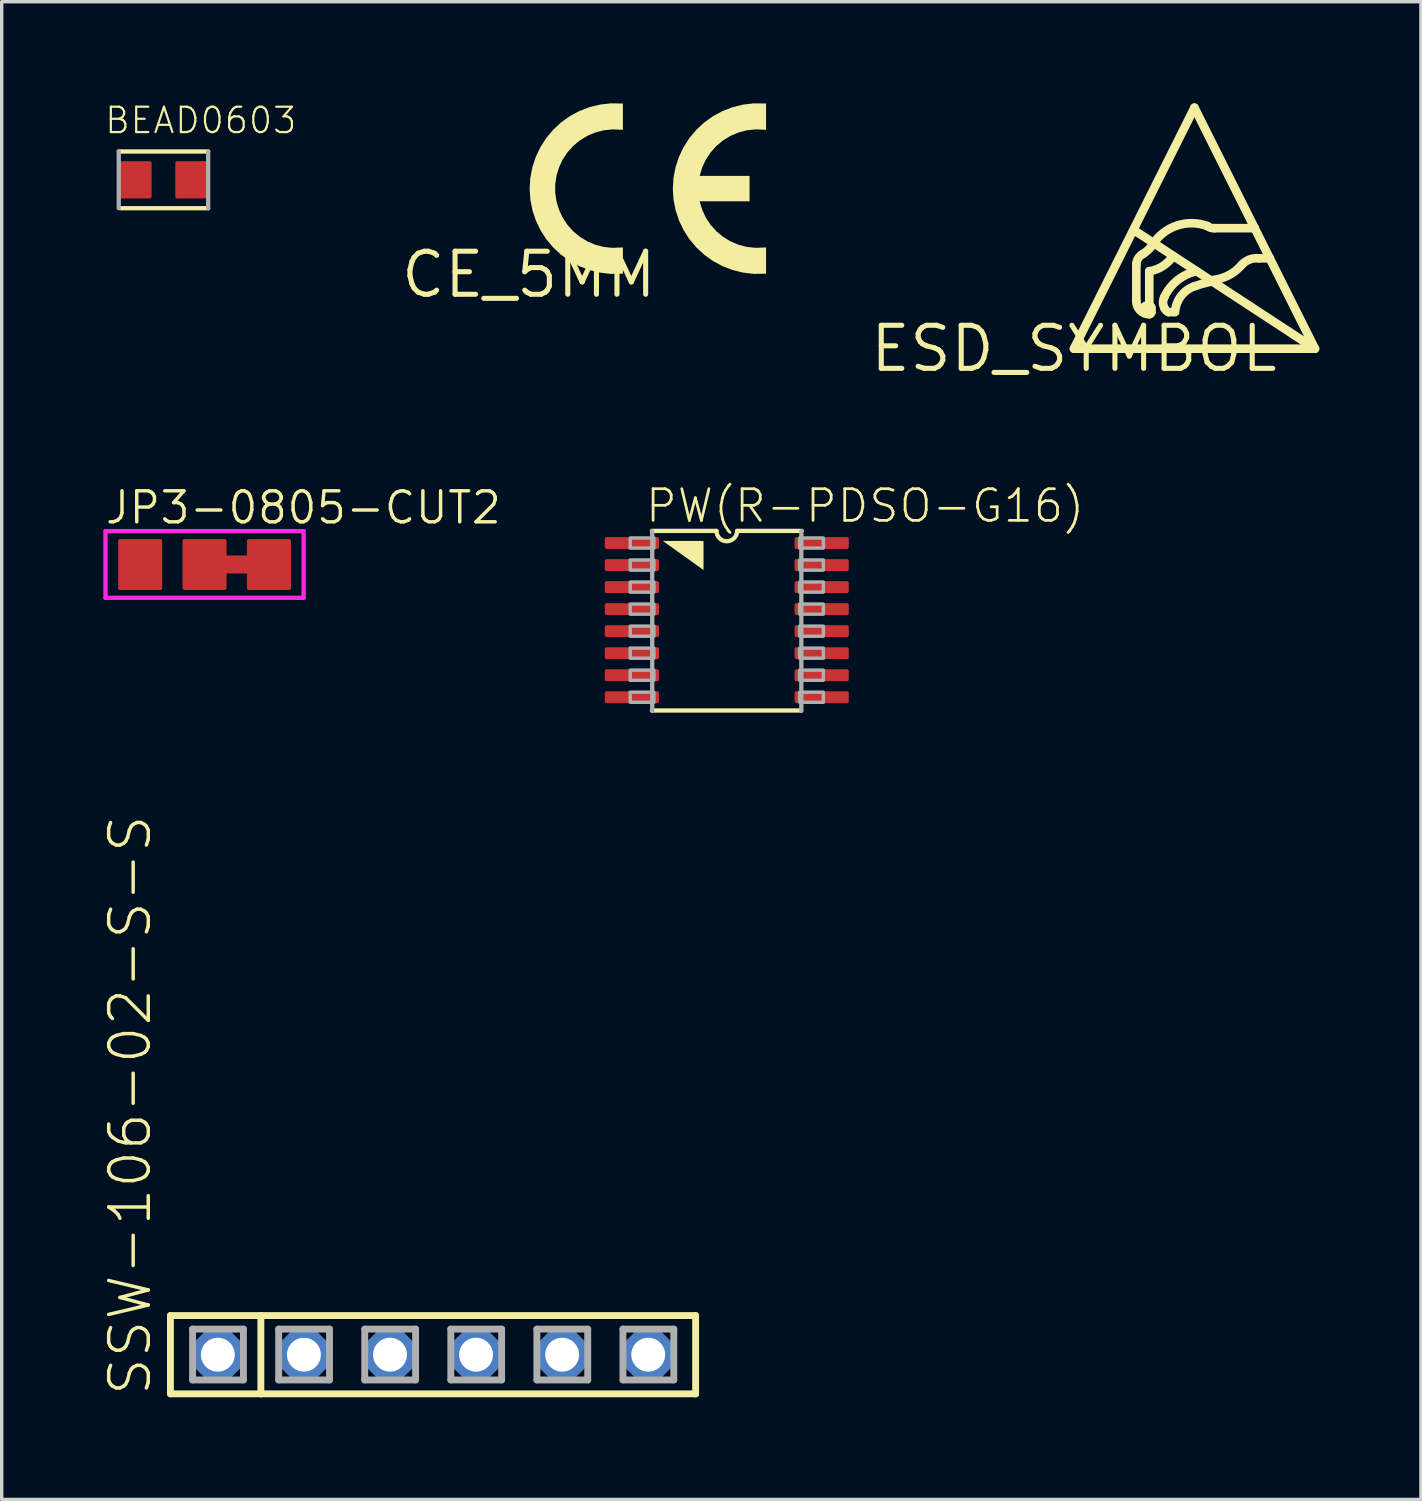
<source format=kicad_pcb>
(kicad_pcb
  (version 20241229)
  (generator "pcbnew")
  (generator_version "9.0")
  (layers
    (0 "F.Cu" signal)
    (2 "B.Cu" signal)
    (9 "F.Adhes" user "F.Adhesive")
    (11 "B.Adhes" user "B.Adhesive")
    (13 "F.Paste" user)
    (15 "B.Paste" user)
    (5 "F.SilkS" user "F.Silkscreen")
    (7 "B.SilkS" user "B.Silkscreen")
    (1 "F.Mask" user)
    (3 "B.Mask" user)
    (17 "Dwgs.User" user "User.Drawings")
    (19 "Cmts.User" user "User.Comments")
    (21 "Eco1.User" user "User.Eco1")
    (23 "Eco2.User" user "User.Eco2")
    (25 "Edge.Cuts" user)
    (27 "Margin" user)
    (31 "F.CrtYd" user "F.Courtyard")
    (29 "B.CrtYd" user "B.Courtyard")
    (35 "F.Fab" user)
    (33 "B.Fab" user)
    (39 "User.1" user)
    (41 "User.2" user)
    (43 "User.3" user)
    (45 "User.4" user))
  (footprint "CE_5MM"
    (layer "F.Cu")
    (at 12.555 5.053)
    (property "Reference" "CE_5MM" (at 0 0 0) (layer "F.SilkS") (effects (font (size 1.27 1.27) (thickness 0.15))))
    (fp_poly (pts (xy 4.95 -2.163) (xy 6.513 -2.163) (xy 6.513 -2.913) (xy 4.95 -2.913)) (stroke (width 0) (type solid)) (fill yes) (layer "F.SilkS"))
    (fp_poly (pts (xy 2.775 -5.049) (xy 2.775 -4.275) (xy 2.724 -4.275) (xy 2.464 -4.285) (xy 2.21 -4.258) (xy 1.962 -4.194) (xy 1.727 -4.094) (xy 1.508 -3.961) (xy 1.311 -3.798) (xy 1.14 -3.608) (xy 0.999 -3.395) (xy 0.891 -3.163) (xy 0.817 -2.918) (xy 0.779 -2.665) (xy 0.779 -2.41) (xy 0.817 -2.157) (xy 0.891 -1.912) (xy 0.999 -1.68) (xy 1.14 -1.467) (xy 1.311 -1.277) (xy 1.508 -1.114) (xy 1.727 -0.981) (xy 1.962 -0.881) (xy 2.21 -0.817) (xy 2.464 -0.79) (xy 2.775 -0.802) (xy 2.775 -0.026) (xy 2.41 -0.022) (xy 2.094 -0.059) (xy 1.785 -0.135) (xy 1.488 -0.25) (xy 1.208 -0.401) (xy 0.949 -0.587) (xy 0.716 -0.804) (xy 0.511 -1.048) (xy 0.34 -1.317) (xy 0.203 -1.604) (xy 0.104 -1.907) (xy 0.044 -2.22) (xy 0.024 -2.538) (xy 0.044 -2.855) (xy 0.104 -3.168) (xy 0.203 -3.471) (xy 0.34 -3.758) (xy 0.511 -4.027) (xy 0.716 -4.271) (xy 0.949 -4.488) (xy 1.208 -4.674) (xy 1.488 -4.825) (xy 1.785 -4.94) (xy 2.094 -5.016) (xy 2.41 -5.053)) (stroke (width 0) (type solid)) (fill yes) (layer "F.SilkS"))
    (fp_poly (pts (xy 7 -5.049) (xy 7 -4.275) (xy 6.949 -4.275) (xy 6.689 -4.285) (xy 6.435 -4.258) (xy 6.187 -4.194) (xy 5.952 -4.094) (xy 5.733 -3.961) (xy 5.536 -3.798) (xy 5.365 -3.608) (xy 5.224 -3.395) (xy 5.116 -3.163) (xy 5.042 -2.918) (xy 5.004 -2.665) (xy 5.004 -2.41) (xy 5.042 -2.157) (xy 5.116 -1.912) (xy 5.224 -1.68) (xy 5.365 -1.467) (xy 5.536 -1.277) (xy 5.733 -1.114) (xy 5.952 -0.981) (xy 6.187 -0.881) (xy 6.435 -0.817) (xy 6.689 -0.79) (xy 7 -0.802) (xy 7 -0.026) (xy 6.635 -0.022) (xy 6.319 -0.059) (xy 6.01 -0.135) (xy 5.713 -0.25) (xy 5.433 -0.401) (xy 5.174 -0.587) (xy 4.941 -0.804) (xy 4.736 -1.048) (xy 4.565 -1.317) (xy 4.428 -1.604) (xy 4.329 -1.907) (xy 4.269 -2.22) (xy 4.249 -2.538) (xy 4.269 -2.855) (xy 4.329 -3.168) (xy 4.428 -3.471) (xy 4.565 -3.758) (xy 4.736 -4.027) (xy 4.941 -4.271) (xy 5.174 -4.488) (xy 5.433 -4.674) (xy 5.713 -4.825) (xy 6.01 -4.94) (xy 6.319 -5.016) (xy 6.635 -5.053)) (stroke (width 0) (type solid)) (fill yes) (layer "F.SilkS")))
  (footprint "JP3-0805-CUT2"
    (layer "F.Cu")
    (at 2.986 13.607)
    (property "Reference" "JP3-0805-CUT2" (at -2.982 -1.143 0) (layer "F.SilkS") (effects (font (size 0.914 0.914) (thickness 0.102)) (justify left bottom)))
    (fp_poly (pts (xy 1.412 0.267) (xy 0.498 0.267) (xy 0.498 -0.267) (xy 1.412 -0.267)) (stroke (width 0) (type solid)) (fill yes) (layer "F.Cu"))
    (fp_line (start -2.923 -0.983) (end 2.923 -0.983) (stroke (width 0.127) (type solid)) (layer "F.CrtYd"))
    (fp_line (start -2.923 0.983) (end -2.923 -0.983) (stroke (width 0.127) (type solid)) (layer "F.CrtYd"))
    (fp_line (start 2.923 -0.983) (end 2.923 0.983) (stroke (width 0.127) (type solid)) (layer "F.CrtYd"))
    (fp_line (start 2.923 0.983) (end -2.923 0.983) (stroke (width 0.127) (type solid)) (layer "F.CrtYd"))
    (pad "COM" smd roundrect (at 0 0) (size 1.3 1.5) (layers "F.Cu" "F.Mask" "F.Paste") (roundrect_rratio 0.039))
    (pad "NC" smd roundrect (at 1.9 0) (size 1.3 1.5) (layers "F.Cu" "F.Mask" "F.Paste") (roundrect_rratio 0.039))
    (pad "NO" smd roundrect (at -1.9 0) (size 1.3 1.5) (layers "F.Cu" "F.Mask" "F.Paste") (roundrect_rratio 0.039)))
  (footprint "BEAD0603"
    (layer "F.Cu")
    (at 1.773 2.257)
    (property "Reference" "BEAD0603" (at -1.773 -1.315 0) (layer "F.SilkS") (effects (font (size 0.748 0.748) (thickness 0.065)) (justify left bottom)))
    (fp_line (start -1.256 0.837) (end 1.319 0.837) (stroke (width 0.127) (type solid)) (layer "F.SilkS"))
    (fp_line (start 1.319 -0.837) (end -1.319 -0.837) (stroke (width 0.127) (type solid)) (layer "F.SilkS"))
    (fp_line (start -1.319 -0.837) (end -1.319 0.837) (stroke (width 0.127) (type solid)) (layer "F.Fab"))
    (fp_line (start 1.319 0.837) (end 1.319 -0.837) (stroke (width 0.127) (type solid)) (layer "F.Fab"))
    (pad "P$1" smd roundrect (at -0.85 0) (size 1 1.1) (layers "F.Cu" "F.Mask" "F.Paste") (roundrect_rratio 0.051))
    (pad "P$2" smd roundrect (at 0.85 0) (size 1 1.1) (layers "F.Cu" "F.Mask" "F.Paste") (roundrect_rratio 0.051)))
  (footprint "SSW-106-02-S-S"
    (layer "F.Cu")
    (at 9.728 36.925)
    (property "Reference" "SSW-106-02-S-S" (at -8.255 1.27 90) (layer "F.SilkS") (effects (font (size 1.168 1.168) (thickness 0.102)) (justify left bottom)))
    (fp_line (start -7.749 -1.155) (end -5.08 -1.155) (stroke (width 0.203) (type solid)) (layer "F.SilkS"))
    (fp_line (start -7.749 1.155) (end -7.749 -1.155) (stroke (width 0.203) (type solid)) (layer "F.SilkS"))
    (fp_line (start -5.08 -1.155) (end 7.749 -1.155) (stroke (width 0.203) (type solid)) (layer "F.SilkS"))
    (fp_line (start -5.08 1.155) (end -7.749 1.155) (stroke (width 0.203) (type solid)) (layer "F.SilkS"))
    (fp_line (start -5.08 1.155) (end -5.08 -1.155) (stroke (width 0.203) (type solid)) (layer "F.SilkS"))
    (fp_line (start 7.749 -1.155) (end 7.749 1.155) (stroke (width 0.203) (type solid)) (layer "F.SilkS"))
    (fp_line (start 7.749 1.155) (end -5.08 1.155) (stroke (width 0.203) (type solid)) (layer "F.SilkS"))
    (fp_line (start -7.095 -0.755) (end -5.595 -0.755) (stroke (width 0.203) (type solid)) (layer "F.Fab"))
    (fp_line (start -7.095 0.745) (end -7.095 -0.755) (stroke (width 0.203) (type solid)) (layer "F.Fab"))
    (fp_line (start -5.595 -0.755) (end -5.595 0.745) (stroke (width 0.203) (type solid)) (layer "F.Fab"))
    (fp_line (start -5.595 0.745) (end -7.095 0.745) (stroke (width 0.203) (type solid)) (layer "F.Fab"))
    (fp_line (start -4.555 -0.755) (end -3.055 -0.755) (stroke (width 0.203) (type solid)) (layer "F.Fab"))
    (fp_line (start -4.555 0.745) (end -4.555 -0.755) (stroke (width 0.203) (type solid)) (layer "F.Fab"))
    (fp_line (start -3.055 -0.755) (end -3.055 0.745) (stroke (width 0.203) (type solid)) (layer "F.Fab"))
    (fp_line (start -3.055 0.745) (end -4.555 0.745) (stroke (width 0.203) (type solid)) (layer "F.Fab"))
    (fp_line (start -2.015 -0.755) (end -0.515 -0.755) (stroke (width 0.203) (type solid)) (layer "F.Fab"))
    (fp_line (start -2.015 0.745) (end -2.015 -0.755) (stroke (width 0.203) (type solid)) (layer "F.Fab"))
    (fp_line (start -0.515 -0.755) (end -0.515 0.745) (stroke (width 0.203) (type solid)) (layer "F.Fab"))
    (fp_line (start -0.515 0.745) (end -2.015 0.745) (stroke (width 0.203) (type solid)) (layer "F.Fab"))
    (fp_line (start 0.525 -0.755) (end 2.025 -0.755) (stroke (width 0.203) (type solid)) (layer "F.Fab"))
    (fp_line (start 0.525 0.745) (end 0.525 -0.755) (stroke (width 0.203) (type solid)) (layer "F.Fab"))
    (fp_line (start 2.025 -0.755) (end 2.025 0.745) (stroke (width 0.203) (type solid)) (layer "F.Fab"))
    (fp_line (start 2.025 0.745) (end 0.525 0.745) (stroke (width 0.203) (type solid)) (layer "F.Fab"))
    (fp_line (start 3.065 -0.755) (end 4.565 -0.755) (stroke (width 0.203) (type solid)) (layer "F.Fab"))
    (fp_line (start 3.065 0.745) (end 3.065 -0.755) (stroke (width 0.203) (type solid)) (layer "F.Fab"))
    (fp_line (start 4.565 -0.755) (end 4.565 0.745) (stroke (width 0.203) (type solid)) (layer "F.Fab"))
    (fp_line (start 4.565 0.745) (end 3.065 0.745) (stroke (width 0.203) (type solid)) (layer "F.Fab"))
    (fp_line (start 5.605 -0.755) (end 7.105 -0.755) (stroke (width 0.203) (type solid)) (layer "F.Fab"))
    (fp_line (start 5.605 0.745) (end 5.605 -0.755) (stroke (width 0.203) (type solid)) (layer "F.Fab"))
    (fp_line (start 7.105 -0.755) (end 7.105 0.745) (stroke (width 0.203) (type solid)) (layer "F.Fab"))
    (fp_line (start 7.105 0.745) (end 5.605 0.745) (stroke (width 0.203) (type solid)) (layer "F.Fab"))
    (pad "1" thru_hole roundrect (at -6.35 0) (size 1.5 1.5) (drill 1) (layers "*.Cu" "*.Mask") (roundrect_rratio 0.25) (chamfer_ratio 0.293) (chamfer top_left top_right bottom_left bottom_right))
    (pad "2" thru_hole roundrect (at -3.81 0) (size 1.5 1.5) (drill 1) (layers "*.Cu" "*.Mask") (roundrect_rratio 0.25) (chamfer_ratio 0.293) (chamfer top_left top_right bottom_left bottom_right))
    (pad "3" thru_hole roundrect (at -1.27 0) (size 1.5 1.5) (drill 1) (layers "*.Cu" "*.Mask") (roundrect_rratio 0.25) (chamfer_ratio 0.293) (chamfer top_left top_right bottom_left bottom_right))
    (pad "4" thru_hole roundrect (at 1.27 0) (size 1.5 1.5) (drill 1) (layers "*.Cu" "*.Mask") (roundrect_rratio 0.25) (chamfer_ratio 0.293) (chamfer top_left top_right bottom_left bottom_right))
    (pad "5" thru_hole roundrect (at 3.81 0) (size 1.5 1.5) (drill 1) (layers "*.Cu" "*.Mask") (roundrect_rratio 0.25) (chamfer_ratio 0.293) (chamfer top_left top_right bottom_left bottom_right))
    (pad "6" thru_hole roundrect (at 6.35 0) (size 1.5 1.5) (drill 1) (layers "*.Cu" "*.Mask") (roundrect_rratio 0.25) (chamfer_ratio 0.293) (chamfer top_left top_right bottom_left bottom_right)))
  (footprint "ESD_SYMBOL"
    (layer "F.Cu")
    (at 28.64 7.239)
    (property "Reference" "ESD_SYMBOL" (at 0 0 0) (layer "F.SilkS") (effects (font (size 1.27 1.27) (thickness 0.15))))
    (fp_line (start 0 0) (end 7.112 0) (stroke (width 0.254) (type solid)) (layer "F.SilkS"))
    (fp_line (start 1.778 -3.493) (end 7.112 0) (stroke (width 0.254) (type solid)) (layer "F.SilkS"))
    (fp_line (start 1.841 -2.477) (end 1.841 -1.397) (stroke (width 0.254) (type solid)) (layer "F.SilkS"))
    (fp_line (start 2.223 -1.27) (end 2.159 -1.27) (stroke (width 0.254) (type solid)) (layer "F.SilkS"))
    (fp_line (start 2.223 -1.27) (end 2.223 -2.286) (stroke (width 0.254) (type solid)) (layer "F.SilkS"))
    (fp_line (start 2.286 -1.079) (end 2.286 -1.206) (stroke (width 0.254) (type solid)) (layer "F.SilkS"))
    (fp_line (start 2.794 -1.079) (end 2.946 -1.079) (stroke (width 0.254) (type solid)) (layer "F.SilkS"))
    (fp_line (start 3.556 -7.112) (end 0 0) (stroke (width 0.254) (type solid)) (layer "F.SilkS"))
    (fp_line (start 4.154 -3.556) (end 5.334 -3.556) (stroke (width 0.254) (type solid)) (layer "F.SilkS"))
    (fp_line (start 5.334 -3.556) (end 3.556 -7.112) (stroke (width 0.254) (type solid)) (layer "F.SilkS"))
    (fp_line (start 5.779 -2.667) (end 5.334 -3.556) (stroke (width 0.254) (type solid)) (layer "F.SilkS"))
    (fp_line (start 5.779 -2.667) (end 5.461 -2.667) (stroke (width 0.254) (type solid)) (layer "F.SilkS"))
    (fp_line (start 7.112 0) (end 5.779 -2.667) (stroke (width 0.254) (type solid)) (layer "F.SilkS"))
    (fp_arc (start 1.841499 -2.476499) (mid 1.892745 -2.661652) (end 2.032 -2.794) (stroke (width 0.254) (type solid)) (layer "F.SilkS"))
    (fp_arc (start 2.032 -1.143) (mid 2.069197 -1.232803) (end 2.159 -1.27) (stroke (width 0.254) (type solid)) (layer "F.SilkS"))
    (fp_arc (start 2.2225 -1.27) (mid 2.267401 -1.251401) (end 2.286 -1.2065) (stroke (width 0.254) (type solid)) (layer "F.SilkS"))
    (fp_arc (start 2.2225 -1.016) (mid 1.953092 -1.127592) (end 1.8415 -1.397) (stroke (width 0.254) (type solid)) (layer "F.SilkS"))
    (fp_arc (start 2.285999 -1.079499) (mid 2.26743 -1.034569) (end 2.2225 -1.016) (stroke (width 0.254) (type solid)) (layer "F.SilkS"))
    (fp_arc (start 2.3495 -3.1115) (mid 2.210301 -2.933199) (end 2.032 -2.794) (stroke (width 0.254) (type solid)) (layer "F.SilkS"))
    (fp_arc (start 2.3495 -3.1115) (mid 3.056084 -3.637891) (end 3.936999 -3.619499) (stroke (width 0.254) (type solid)) (layer "F.SilkS"))
    (fp_arc (start 2.666999 -1.524) (mid 3.053291 -2.017449) (end 3.6195 -2.286) (stroke (width 0.254) (type solid)) (layer "F.SilkS"))
    (fp_arc (start 2.667 -1.2065) (mid 2.629535 -1.36525) (end 2.667 -1.524) (stroke (width 0.254) (type solid)) (layer "F.SilkS"))
    (fp_arc (start 2.794 -1.0795) (mid 2.71551 -1.12801) (end 2.667 -1.2065) (stroke (width 0.254) (type solid)) (layer "F.SilkS"))
    (fp_arc (start 2.921 -2.7305) (mid 2.61894 -2.434094) (end 2.2225 -2.285999) (stroke (width 0.254) (type solid)) (layer "F.SilkS"))
    (fp_arc (start 2.984499 -1.079501) (mid 3.15485 -1.54705) (end 3.556 -1.8415) (stroke (width 0.254) (type solid)) (layer "F.SilkS"))
    (fp_arc (start 3.556 -1.8415) (mid 3.776318 -1.911761) (end 4.0005 -1.9685) (stroke (width 0.254) (type solid)) (layer "F.SilkS"))
    (fp_arc (start 4.153799 -3.556) (mid 4.039085 -3.566192) (end 3.937 -3.6195) (stroke (width 0.254) (type solid)) (layer "F.SilkS"))
    (fp_arc (start 4.952999 -2.4765) (mid 5.184516 -2.631706) (end 5.461 -2.667) (stroke (width 0.254) (type solid)) (layer "F.SilkS"))
    (fp_arc (start 4.953 -2.4765) (mid 4.583049 -2.174767) (end 4.1275 -2.032) (stroke (width 0.254) (type solid)) (layer "F.SilkS")))
  (footprint "PW(R-PDSO-G16)"
    (layer "F.Cu")
    (at 18.396 15.274)
    (property "Reference" "PW(R-PDSO-G16)" (at -2.45 -2.85 0) (layer "F.SilkS") (effects (font (size 0.935 0.935) (thickness 0.081)) (justify left bottom)))
    (fp_line (start -0.305 -2.658) (end -2.21 -2.658) (stroke (width 0.127) (type solid)) (layer "F.SilkS"))
    (fp_line (start 2.195 2.642) (end -2.21 2.642) (stroke (width 0.127) (type solid)) (layer "F.SilkS"))
    (fp_line (start 2.21 -2.658) (end 0.305 -2.658) (stroke (width 0.127) (type solid)) (layer "F.SilkS"))
    (fp_arc (start 0.3048 -2.6578) (mid 0 -2.353) (end -0.3048 -2.6578) (stroke (width 0.127) (type solid)) (layer "F.SilkS"))
    (fp_poly (pts (xy -0.686 -1.503) (xy -1.889 -2.362) (xy -0.686 -2.362)) (stroke (width 0) (type solid)) (fill yes) (layer "F.SilkS"))
    (fp_line (start -2.2 2.65) (end -2.2 -2.65) (stroke (width 0.127) (type solid)) (layer "F.Fab"))
    (fp_line (start 2.2 2.65) (end 2.2 -2.65) (stroke (width 0.127) (type solid)) (layer "F.Fab"))
    (fp_poly (pts (xy -2.85 -2.15) (xy -2.15 -2.15) (xy -2.15 -2.45) (xy -2.85 -2.45)) (stroke (width 0.1) (type solid)) (fill no) (layer "F.Fab"))
    (fp_poly (pts (xy -2.85 -1.5) (xy -2.15 -1.5) (xy -2.15 -1.8) (xy -2.85 -1.8)) (stroke (width 0.1) (type solid)) (fill no) (layer "F.Fab"))
    (fp_poly (pts (xy -2.85 -0.85) (xy -2.15 -0.85) (xy -2.15 -1.15) (xy -2.85 -1.15)) (stroke (width 0.1) (type solid)) (fill no) (layer "F.Fab"))
    (fp_poly (pts (xy -2.85 -0.2) (xy -2.15 -0.2) (xy -2.15 -0.5) (xy -2.85 -0.5)) (stroke (width 0.1) (type solid)) (fill no) (layer "F.Fab"))
    (fp_poly (pts (xy -2.85 0.45) (xy -2.15 0.45) (xy -2.15 0.15) (xy -2.85 0.15)) (stroke (width 0.1) (type solid)) (fill no) (layer "F.Fab"))
    (fp_poly (pts (xy -2.85 1.1) (xy -2.15 1.1) (xy -2.15 0.8) (xy -2.85 0.8)) (stroke (width 0.1) (type solid)) (fill no) (layer "F.Fab"))
    (fp_poly (pts (xy -2.85 1.75) (xy -2.15 1.75) (xy -2.15 1.45) (xy -2.85 1.45)) (stroke (width 0.1) (type solid)) (fill no) (layer "F.Fab"))
    (fp_poly (pts (xy -2.85 2.4) (xy -2.15 2.4) (xy -2.15 2.1) (xy -2.85 2.1)) (stroke (width 0.1) (type solid)) (fill no) (layer "F.Fab"))
    (fp_poly (pts (xy 2.15 -2.15) (xy 2.85 -2.15) (xy 2.85 -2.45) (xy 2.15 -2.45)) (stroke (width 0.1) (type solid)) (fill no) (layer "F.Fab"))
    (fp_poly (pts (xy 2.15 -1.5) (xy 2.85 -1.5) (xy 2.85 -1.8) (xy 2.15 -1.8)) (stroke (width 0.1) (type solid)) (fill no) (layer "F.Fab"))
    (fp_poly (pts (xy 2.15 -0.85) (xy 2.85 -0.85) (xy 2.85 -1.15) (xy 2.15 -1.15)) (stroke (width 0.1) (type solid)) (fill no) (layer "F.Fab"))
    (fp_poly (pts (xy 2.15 -0.2) (xy 2.85 -0.2) (xy 2.85 -0.5) (xy 2.15 -0.5)) (stroke (width 0.1) (type solid)) (fill no) (layer "F.Fab"))
    (fp_poly (pts (xy 2.15 0.45) (xy 2.85 0.45) (xy 2.85 0.15) (xy 2.15 0.15)) (stroke (width 0.1) (type solid)) (fill no) (layer "F.Fab"))
    (fp_poly (pts (xy 2.15 1.1) (xy 2.85 1.1) (xy 2.85 0.8) (xy 2.15 0.8)) (stroke (width 0.1) (type solid)) (fill no) (layer "F.Fab"))
    (fp_poly (pts (xy 2.15 1.75) (xy 2.85 1.75) (xy 2.85 1.45) (xy 2.15 1.45)) (stroke (width 0.1) (type solid)) (fill no) (layer "F.Fab"))
    (fp_poly (pts (xy 2.15 2.4) (xy 2.85 2.4) (xy 2.85 2.1) (xy 2.15 2.1)) (stroke (width 0.1) (type solid)) (fill no) (layer "F.Fab"))
    (pad "1" smd roundrect (at -2.8 -2.3) (size 1.6 0.35) (layers "F.Cu" "F.Mask" "F.Paste") (roundrect_rratio 0.145))
    (pad "2" smd roundrect (at -2.8 -1.65) (size 1.6 0.35) (layers "F.Cu" "F.Mask" "F.Paste") (roundrect_rratio 0.145))
    (pad "3" smd roundrect (at -2.8 -1) (size 1.6 0.35) (layers "F.Cu" "F.Mask" "F.Paste") (roundrect_rratio 0.145))
    (pad "4" smd roundrect (at -2.8 -0.35) (size 1.6 0.35) (layers "F.Cu" "F.Mask" "F.Paste") (roundrect_rratio 0.145))
    (pad "5" smd roundrect (at -2.8 0.3) (size 1.6 0.35) (layers "F.Cu" "F.Mask" "F.Paste") (roundrect_rratio 0.145))
    (pad "6" smd roundrect (at -2.8 0.95) (size 1.6 0.35) (layers "F.Cu" "F.Mask" "F.Paste") (roundrect_rratio 0.145))
    (pad "7" smd roundrect (at -2.8 1.6) (size 1.6 0.35) (layers "F.Cu" "F.Mask" "F.Paste") (roundrect_rratio 0.145))
    (pad "8" smd roundrect (at -2.8 2.25) (size 1.6 0.35) (layers "F.Cu" "F.Mask" "F.Paste") (roundrect_rratio 0.145))
    (pad "9" smd roundrect (at 2.8 2.25) (size 1.6 0.35) (layers "F.Cu" "F.Mask" "F.Paste") (roundrect_rratio 0.145))
    (pad "10" smd roundrect (at 2.8 1.6) (size 1.6 0.35) (layers "F.Cu" "F.Mask" "F.Paste") (roundrect_rratio 0.145))
    (pad "11" smd roundrect (at 2.8 0.95) (size 1.6 0.35) (layers "F.Cu" "F.Mask" "F.Paste") (roundrect_rratio 0.145))
    (pad "12" smd roundrect (at 2.8 0.3) (size 1.6 0.35) (layers "F.Cu" "F.Mask" "F.Paste") (roundrect_rratio 0.145))
    (pad "13" smd roundrect (at 2.8 -0.35) (size 1.6 0.35) (layers "F.Cu" "F.Mask" "F.Paste") (roundrect_rratio 0.145))
    (pad "14" smd roundrect (at 2.8 -1) (size 1.6 0.35) (layers "F.Cu" "F.Mask" "F.Paste") (roundrect_rratio 0.145))
    (pad "15" smd roundrect (at 2.8 -1.65) (size 1.6 0.35) (layers "F.Cu" "F.Mask" "F.Paste") (roundrect_rratio 0.145))
    (pad "16" smd roundrect (at 2.8 -2.3) (size 1.6 0.35) (layers "F.Cu" "F.Mask" "F.Paste") (roundrect_rratio 0.145)))
  (gr_rect
    (start -3 -3)
    (end 38.879 41.195)
    (stroke (width 0.1) (type default))
    (fill no)
    (layer "Edge.Cuts")))
</source>
